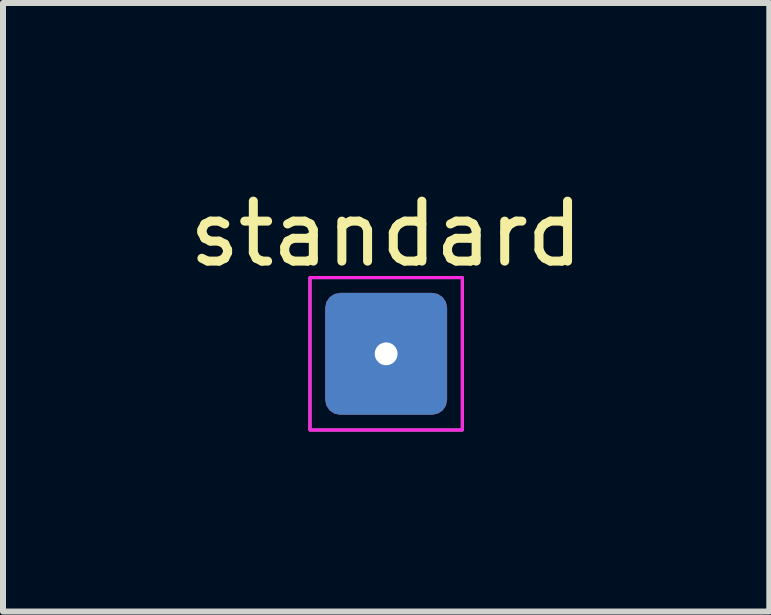
<source format=kicad_pcb>
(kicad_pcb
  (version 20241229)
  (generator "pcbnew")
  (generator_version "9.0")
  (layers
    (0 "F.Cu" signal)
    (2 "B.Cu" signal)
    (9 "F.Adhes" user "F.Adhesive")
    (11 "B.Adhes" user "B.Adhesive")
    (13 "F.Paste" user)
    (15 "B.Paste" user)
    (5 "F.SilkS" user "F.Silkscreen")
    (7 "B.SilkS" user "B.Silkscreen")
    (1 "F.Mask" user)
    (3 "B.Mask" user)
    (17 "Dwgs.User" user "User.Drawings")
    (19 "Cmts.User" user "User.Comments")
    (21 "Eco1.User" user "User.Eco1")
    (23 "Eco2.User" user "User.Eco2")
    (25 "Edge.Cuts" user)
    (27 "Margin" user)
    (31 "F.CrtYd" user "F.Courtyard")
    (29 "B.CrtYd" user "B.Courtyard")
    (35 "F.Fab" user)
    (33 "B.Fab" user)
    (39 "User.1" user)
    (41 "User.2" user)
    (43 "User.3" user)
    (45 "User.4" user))
  (footprint "standard"
    (layer "F.Cu")
    (at 3.387 2.848)
    (property "Reference" "standard" (at 0 -2 0) (layer "F.SilkS") (effects (font (size 1 1) (thickness 0.15))))
    (attr exclude_from_pos_files exclude_from_bom)
    (fp_rect (start -1.27 1.27) (end 1.27 -1.27) (stroke (width 0.051) (type solid)) (fill no) (layer "F.CrtYd"))
    (fp_rect (start -1.27 1.27) (end 1.27 -1.27) (stroke (width 0.051) (type solid)) (fill no) (layer "F.Fab"))
    (pad "1" thru_hole roundrect (at 0 0) (size 2.032 2.032) (drill 0.381) (layers "*.Cu" "*.Mask") (roundrect_rratio 0.123)))
  (gr_rect
    (start -3 -3)
    (end 9.774 7.144)
    (stroke (width 0.1) (type default))
    (fill no)
    (layer "Edge.Cuts")))
</source>
